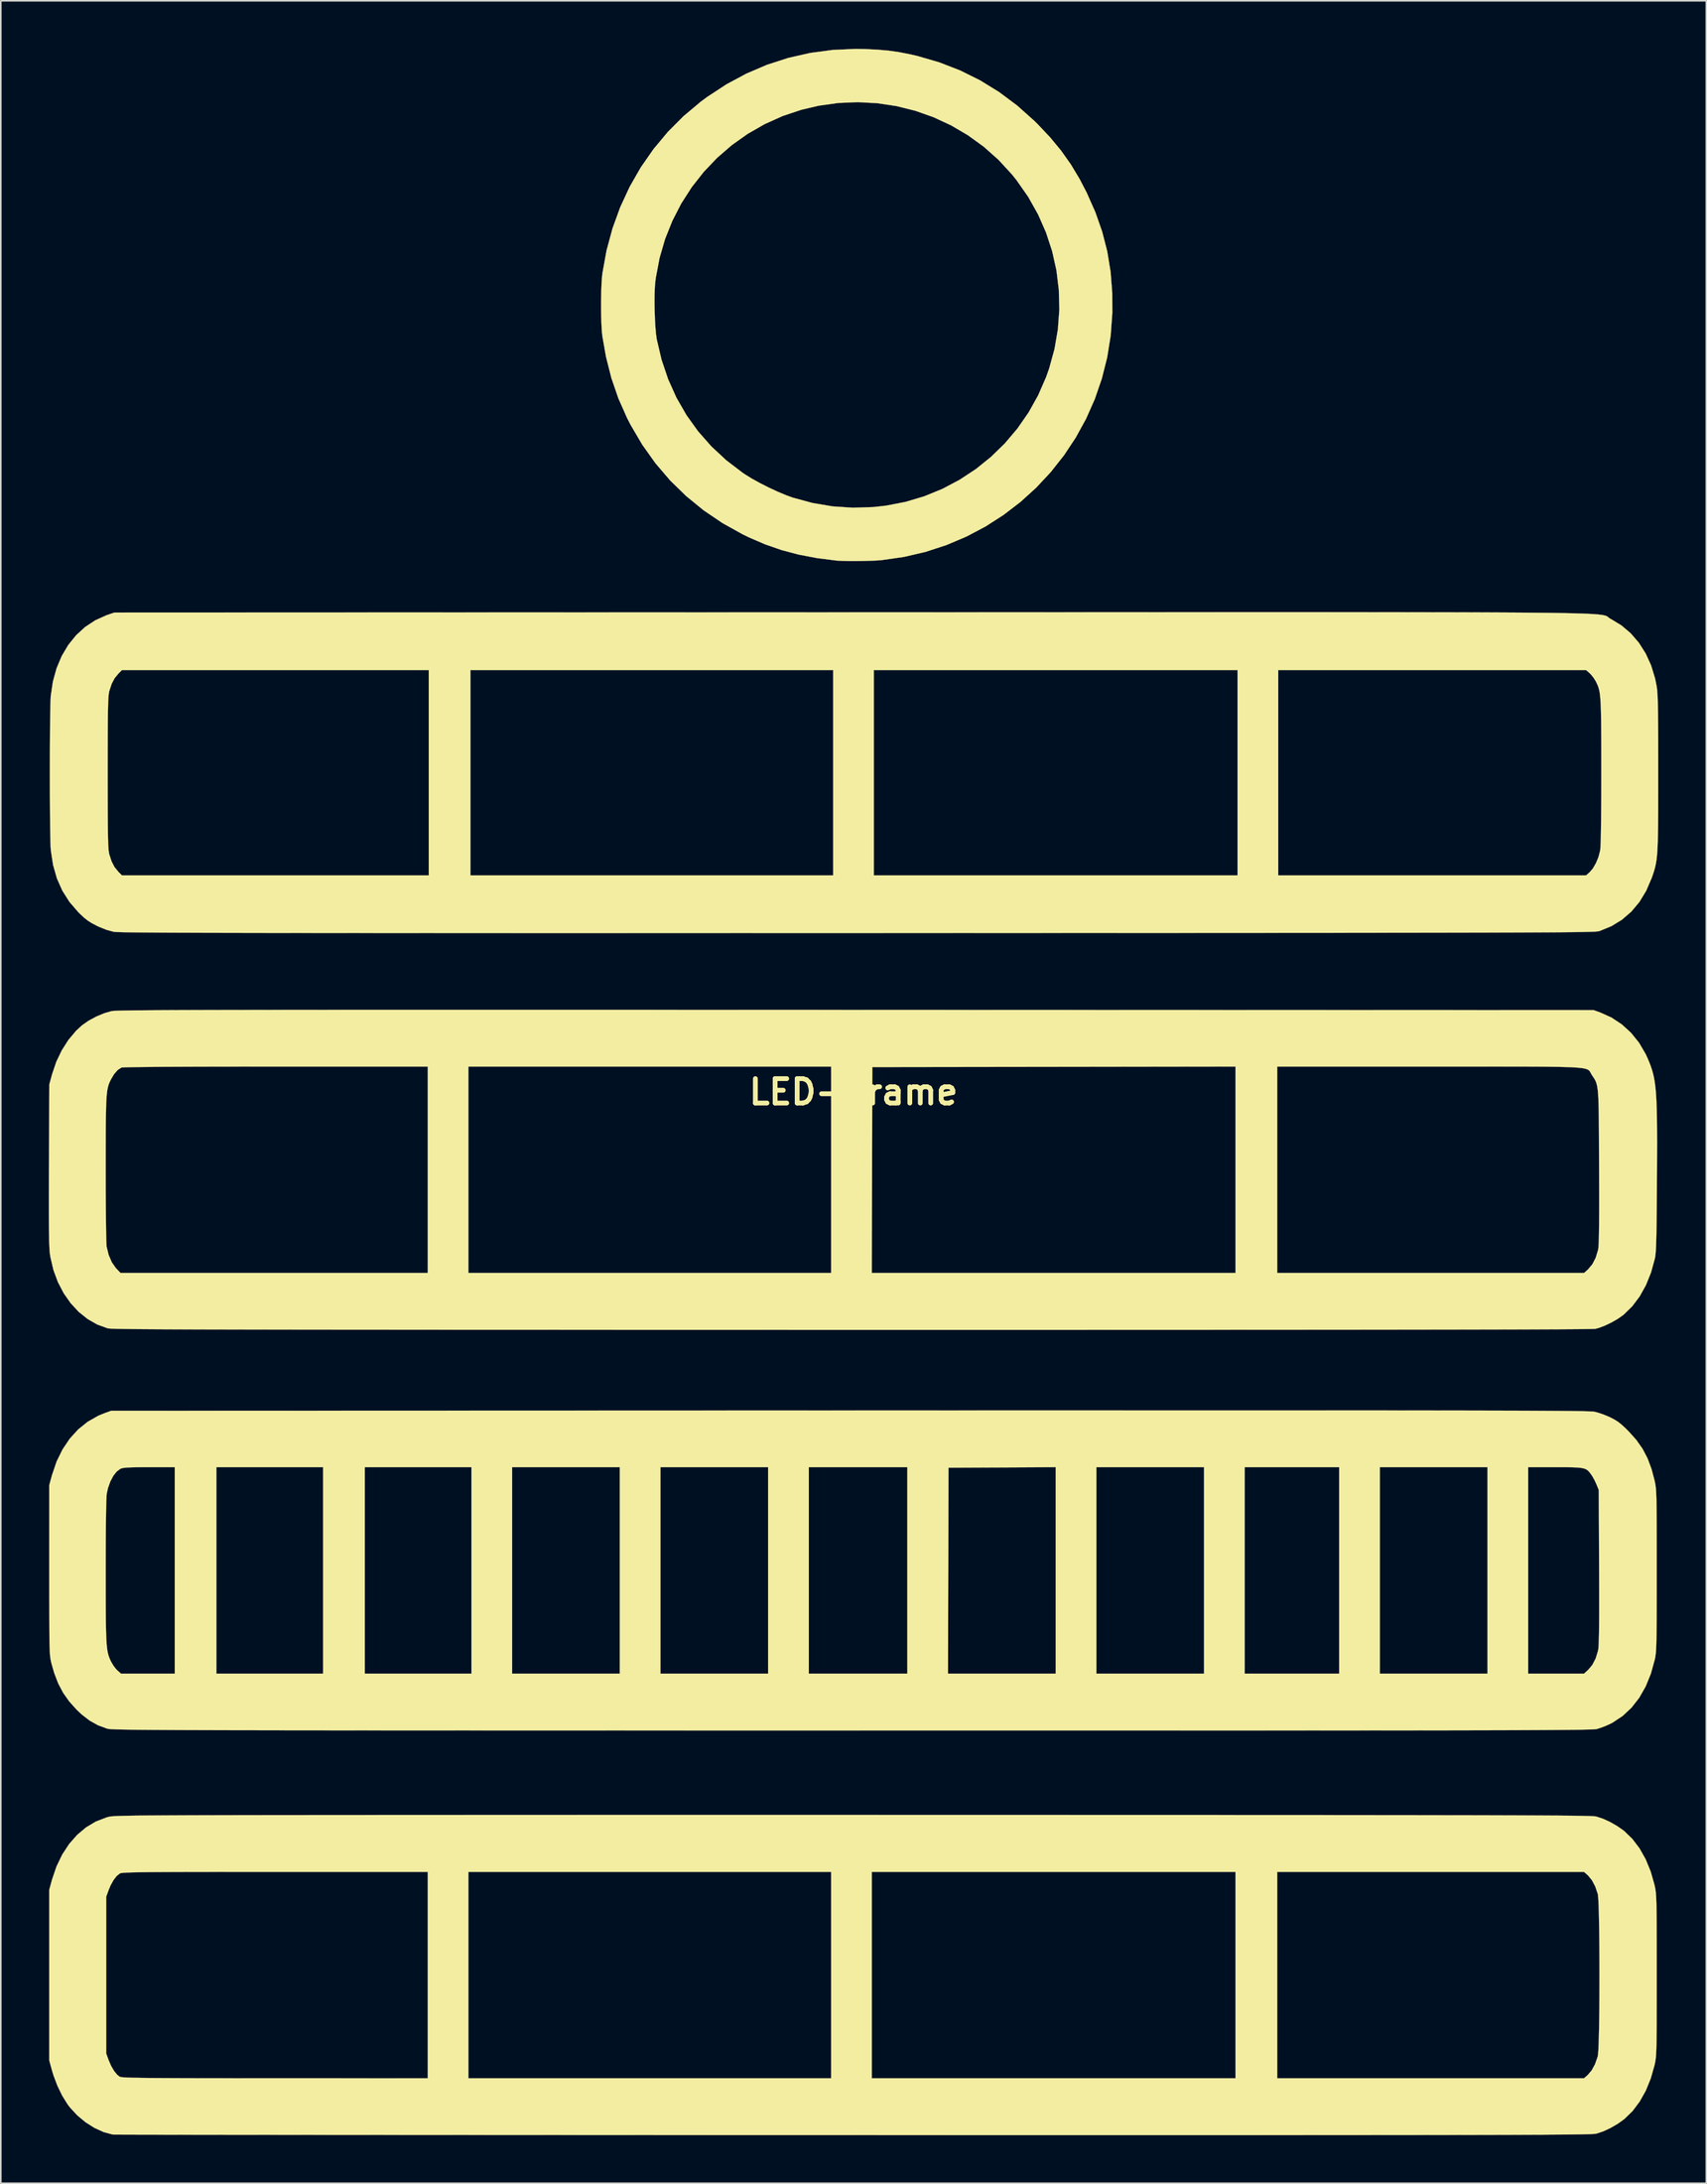
<source format=kicad_pcb>
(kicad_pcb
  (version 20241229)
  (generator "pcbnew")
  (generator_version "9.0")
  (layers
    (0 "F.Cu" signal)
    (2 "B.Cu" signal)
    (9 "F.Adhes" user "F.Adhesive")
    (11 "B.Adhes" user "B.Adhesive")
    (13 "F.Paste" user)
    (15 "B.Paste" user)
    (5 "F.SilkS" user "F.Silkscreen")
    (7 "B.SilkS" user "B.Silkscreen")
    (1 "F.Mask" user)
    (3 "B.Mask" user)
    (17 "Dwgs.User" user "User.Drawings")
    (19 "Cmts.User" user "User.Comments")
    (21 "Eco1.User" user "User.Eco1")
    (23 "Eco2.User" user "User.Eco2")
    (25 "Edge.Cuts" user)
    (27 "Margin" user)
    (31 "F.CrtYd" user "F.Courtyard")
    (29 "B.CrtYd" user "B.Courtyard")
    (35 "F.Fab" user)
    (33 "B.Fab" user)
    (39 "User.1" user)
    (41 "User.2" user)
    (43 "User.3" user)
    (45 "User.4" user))
  (footprint "LED-Frame"
    (layer "F.Cu")
    (at 50.29 65.146)
    (property "Reference" "LED-Frame" (at 0 0 0) (layer "F.SilkS") (effects (font (size 1.524 1.524) (thickness 0.3))))
    (attr through_hole)
    (fp_poly (pts (xy 0.726 -65.131) (xy 1.494 -65.094) (xy 2.182 -65.033) (xy 2.836 -64.941) (xy 3.501 -64.812) (xy 3.993 -64.699) (xy 5.361 -64.302) (xy 6.668 -63.795) (xy 7.915 -63.176) (xy 9.104 -62.444) (xy 10.235 -61.599) (xy 11.308 -60.641) (xy 11.497 -60.455) (xy 12.285 -59.621) (xy 12.973 -58.789) (xy 13.582 -57.93) (xy 14.134 -57.011) (xy 14.573 -56.166) (xy 15.117 -54.94) (xy 15.544 -53.719) (xy 15.86 -52.485) (xy 16.067 -51.221) (xy 16.169 -49.909) (xy 16.174 -48.641) (xy 16.073 -47.242) (xy 15.854 -45.877) (xy 15.52 -44.552) (xy 15.079 -43.272) (xy 14.534 -42.043) (xy 13.89 -40.87) (xy 13.153 -39.759) (xy 12.328 -38.715) (xy 11.42 -37.743) (xy 10.433 -36.848) (xy 9.374 -36.037) (xy 8.246 -35.314) (xy 7.055 -34.685) (xy 5.806 -34.156) (xy 4.504 -33.731) (xy 3.154 -33.416) (xy 1.761 -33.216) (xy 1.751 -33.215) (xy 1.439 -33.192) (xy 1.046 -33.175) (xy 0.604 -33.163) (xy 0.147 -33.158) (xy -0.294 -33.159) (xy -0.685 -33.167) (xy -0.994 -33.182) (xy -1.079 -33.19) (xy -2.298 -33.345) (xy -3.428 -33.561) (xy -4.496 -33.844) (xy -5.527 -34.202) (xy -6.549 -34.644) (xy -6.925 -34.827) (xy -8.186 -35.528) (xy -9.364 -36.325) (xy -10.457 -37.216) (xy -11.463 -38.198) (xy -12.379 -39.269) (xy -13.203 -40.427) (xy -13.933 -41.669) (xy -14.154 -42.1) (xy -14.693 -43.315) (xy -15.13 -44.585) (xy -15.469 -45.922) (xy -15.696 -47.212) (xy -15.728 -47.527) (xy -15.752 -47.939) (xy -15.767 -48.421) (xy -15.774 -48.944) (xy -15.773 -49.291) (xy -12.436 -49.291) (xy -12.427 -48.765) (xy -12.409 -48.244) (xy -12.38 -47.756) (xy -12.342 -47.334) (xy -12.296 -47.007) (xy -12.296 -47.002) (xy -11.995 -45.726) (xy -11.583 -44.509) (xy -11.064 -43.356) (xy -10.439 -42.27) (xy -9.71 -41.255) (xy -8.881 -40.315) (xy -7.953 -39.452) (xy -6.929 -38.672) (xy -6.794 -38.58) (xy -6.367 -38.315) (xy -5.857 -38.033) (xy -5.302 -37.752) (xy -4.741 -37.491) (xy -4.21 -37.269) (xy -3.788 -37.116) (xy -2.556 -36.782) (xy -1.303 -36.572) (xy -0.034 -36.488) (xy 1.244 -36.529) (xy 2.032 -36.617) (xy 3.249 -36.852) (xy 4.426 -37.203) (xy 5.556 -37.665) (xy 6.63 -38.233) (xy 7.644 -38.899) (xy 8.588 -39.658) (xy 9.457 -40.504) (xy 10.244 -41.432) (xy 10.941 -42.436) (xy 11.541 -43.509) (xy 12.038 -44.646) (xy 12.226 -45.177) (xy 12.562 -46.397) (xy 12.774 -47.629) (xy 12.864 -48.864) (xy 12.833 -50.094) (xy 12.683 -51.313) (xy 12.415 -52.51) (xy 12.031 -53.68) (xy 11.532 -54.812) (xy 10.92 -55.9) (xy 10.196 -56.936) (xy 9.897 -57.309) (xy 9.056 -58.22) (xy 8.138 -59.035) (xy 7.151 -59.75) (xy 6.105 -60.364) (xy 5.007 -60.874) (xy 3.866 -61.277) (xy 2.691 -61.57) (xy 1.49 -61.751) (xy 0.272 -61.817) (xy -0.955 -61.766) (xy -2.182 -61.594) (xy -3.252 -61.343) (xy -4.435 -60.947) (xy -5.558 -60.442) (xy -6.618 -59.834) (xy -7.609 -59.131) (xy -8.524 -58.338) (xy -9.358 -57.463) (xy -10.106 -56.512) (xy -10.762 -55.492) (xy -11.32 -54.408) (xy -11.776 -53.269) (xy -12.122 -52.079) (xy -12.355 -50.847) (xy -12.388 -50.585) (xy -12.417 -50.232) (xy -12.432 -49.79) (xy -12.436 -49.291) (xy -15.773 -49.291) (xy -15.773 -49.48) (xy -15.763 -49.999) (xy -15.746 -50.473) (xy -15.719 -50.874) (xy -15.693 -51.117) (xy -15.435 -52.545) (xy -15.062 -53.927) (xy -14.578 -55.258) (xy -13.987 -56.533) (xy -13.292 -57.744) (xy -12.496 -58.888) (xy -11.603 -59.957) (xy -10.617 -60.946) (xy -9.541 -61.848) (xy -9.144 -62.142) (xy -7.939 -62.931) (xy -6.689 -63.601) (xy -5.399 -64.152) (xy -4.069 -64.581) (xy -2.703 -64.89) (xy -1.303 -65.077) (xy 0.13 -65.141) (xy 0.726 -65.131)) (stroke (width 0.01) (type solid)) (fill yes) (layer "F.SilkS"))
    (fp_poly (pts (xy 28.926 -29.966) (xy 30.45 -29.965) (xy 31.886 -29.965) (xy 33.236 -29.964) (xy 34.502 -29.962) (xy 35.687 -29.96) (xy 36.794 -29.958) (xy 37.826 -29.956) (xy 38.786 -29.953) (xy 39.676 -29.949) (xy 40.498 -29.945) (xy 41.256 -29.941) (xy 41.953 -29.936) (xy 42.59 -29.93) (xy 43.171 -29.924) (xy 43.699 -29.918) (xy 44.176 -29.91) (xy 44.605 -29.902) (xy 44.988 -29.894) (xy 45.329 -29.884) (xy 45.63 -29.874) (xy 45.894 -29.863) (xy 46.123 -29.852) (xy 46.32 -29.839) (xy 46.489 -29.826) (xy 46.631 -29.812) (xy 46.75 -29.797) (xy 46.847 -29.781) (xy 46.927 -29.765) (xy 46.991 -29.747) (xy 47.043 -29.728) (xy 47.084 -29.709) (xy 47.118 -29.688) (xy 47.148 -29.667) (xy 47.176 -29.644) (xy 47.205 -29.62) (xy 47.237 -29.595) (xy 47.276 -29.569) (xy 47.324 -29.542) (xy 47.339 -29.534) (xy 47.99 -29.141) (xy 48.573 -28.645) (xy 49.081 -28.057) (xy 49.508 -27.384) (xy 49.849 -26.636) (xy 50.097 -25.821) (xy 50.195 -25.326) (xy 50.214 -25.193) (xy 50.23 -25.033) (xy 50.244 -24.838) (xy 50.256 -24.597) (xy 50.265 -24.302) (xy 50.273 -23.945) (xy 50.279 -23.515) (xy 50.284 -23.003) (xy 50.288 -22.402) (xy 50.29 -21.7) (xy 50.291 -20.891) (xy 50.291 -19.963) (xy 50.291 -19.939) (xy 50.291 -18.981) (xy 50.29 -18.141) (xy 50.288 -17.408) (xy 50.283 -16.773) (xy 50.276 -16.227) (xy 50.266 -15.759) (xy 50.252 -15.361) (xy 50.234 -15.022) (xy 50.211 -14.732) (xy 50.182 -14.483) (xy 50.146 -14.264) (xy 50.104 -14.066) (xy 50.055 -13.88) (xy 49.998 -13.694) (xy 49.932 -13.501) (xy 49.883 -13.364) (xy 49.541 -12.57) (xy 49.117 -11.87) (xy 48.613 -11.268) (xy 48.031 -10.764) (xy 47.373 -10.36) (xy 46.641 -10.059) (xy 46.594 -10.044) (xy 46.567 -10.037) (xy 46.527 -10.031) (xy 46.472 -10.025) (xy 46.399 -10.019) (xy 46.304 -10.013) (xy 46.186 -10.008) (xy 46.042 -10.003) (xy 45.869 -9.998) (xy 45.664 -9.994) (xy 45.424 -9.989) (xy 45.147 -9.985) (xy 44.83 -9.981) (xy 44.471 -9.978) (xy 44.066 -9.974) (xy 43.614 -9.971) (xy 43.11 -9.968) (xy 42.553 -9.965) (xy 41.94 -9.962) (xy 41.267 -9.959) (xy 40.533 -9.957) (xy 39.735 -9.954) (xy 38.87 -9.952) (xy 37.934 -9.95) (xy 36.927 -9.948) (xy 35.844 -9.946) (xy 34.683 -9.945) (xy 33.441 -9.943) (xy 32.116 -9.942) (xy 30.705 -9.94) (xy 29.205 -9.939) (xy 27.613 -9.938) (xy 25.928 -9.937) (xy 24.145 -9.936) (xy 22.262 -9.935) (xy 20.277 -9.934) (xy 18.187 -9.933) (xy 15.989 -9.932) (xy 13.681 -9.932) (xy 11.259 -9.931) (xy 8.721 -9.93) (xy 6.065 -9.929) (xy 3.287 -9.929) (xy 0.384 -9.928) (xy 0.254 -9.928) (xy -2.705 -9.927) (xy -5.54 -9.927) (xy -8.253 -9.926) (xy -10.847 -9.926) (xy -13.323 -9.926) (xy -15.686 -9.925) (xy -17.937 -9.925) (xy -20.078 -9.925) (xy -22.113 -9.926) (xy -24.044 -9.926) (xy -25.874 -9.926) (xy -27.604 -9.927) (xy -29.238 -9.928) (xy -30.779 -9.929) (xy -32.228 -9.93) (xy -33.588 -9.931) (xy -34.862 -9.932) (xy -36.052 -9.933) (xy -37.162 -9.935) (xy -38.192 -9.937) (xy -39.147 -9.939) (xy -40.028 -9.941) (xy -40.839 -9.943) (xy -41.581 -9.946) (xy -42.257 -9.948) (xy -42.87 -9.951) (xy -43.422 -9.954) (xy -43.916 -9.958) (xy -44.355 -9.961) (xy -44.74 -9.965) (xy -45.075 -9.969) (xy -45.362 -9.973) (xy -45.604 -9.977) (xy -45.803 -9.982) (xy -45.961 -9.986) (xy -46.082 -9.991) (xy -46.167 -9.997) (xy -46.22 -10.002) (xy -46.227 -10.003) (xy -46.674 -10.123) (xy -47.173 -10.325) (xy -47.306 -10.389) (xy -47.61 -10.549) (xy -47.857 -10.706) (xy -48.089 -10.889) (xy -48.346 -11.13) (xy -48.45 -11.234) (xy -49 -11.873) (xy -49.443 -12.572) (xy -49.783 -13.338) (xy -50.022 -14.176) (xy -50.162 -15.091) (xy -50.166 -15.137) (xy -50.178 -15.335) (xy -50.188 -15.646) (xy -50.197 -16.057) (xy -50.205 -16.553) (xy -50.211 -17.12) (xy -50.216 -17.746) (xy -50.22 -18.414) (xy -50.222 -19.113) (xy -50.223 -19.828) (xy -50.223 -19.939) (xy -46.609 -19.939) (xy -46.609 -19.035) (xy -46.608 -18.249) (xy -46.606 -17.572) (xy -46.603 -16.995) (xy -46.599 -16.509) (xy -46.594 -16.105) (xy -46.587 -15.773) (xy -46.578 -15.506) (xy -46.567 -15.294) (xy -46.555 -15.128) (xy -46.54 -14.999) (xy -46.522 -14.898) (xy -46.509 -14.84) (xy -46.366 -14.399) (xy -46.185 -14.049) (xy -45.947 -13.757) (xy -45.94 -13.749) (xy -45.716 -13.525) (xy -26.543 -13.525) (xy -26.543 -26.352) (xy -23.939 -26.352) (xy -23.939 -13.525) (xy -1.27 -13.525) (xy -1.27 -26.352) (xy 1.27 -26.352) (xy 1.27 -13.525) (xy 24.003 -13.525) (xy 24.003 -26.352) (xy 26.543 -26.352) (xy 26.543 -13.525) (xy 45.779 -13.525) (xy 46.003 -13.722) (xy 46.209 -13.962) (xy 46.399 -14.291) (xy 46.556 -14.67) (xy 46.659 -15.063) (xy 46.668 -15.114) (xy 46.682 -15.268) (xy 46.695 -15.545) (xy 46.706 -15.938) (xy 46.715 -16.444) (xy 46.723 -17.058) (xy 46.728 -17.773) (xy 46.732 -18.587) (xy 46.734 -19.493) (xy 46.734 -20.003) (xy 46.734 -20.916) (xy 46.733 -21.711) (xy 46.73 -22.398) (xy 46.726 -22.987) (xy 46.719 -23.487) (xy 46.709 -23.906) (xy 46.695 -24.256) (xy 46.677 -24.544) (xy 46.655 -24.782) (xy 46.627 -24.977) (xy 46.593 -25.139) (xy 46.553 -25.279) (xy 46.505 -25.405) (xy 46.45 -25.527) (xy 46.396 -25.636) (xy 46.257 -25.862) (xy 46.086 -26.074) (xy 46.008 -26.152) (xy 45.779 -26.352) (xy 26.543 -26.352) (xy 24.003 -26.352) (xy 1.27 -26.352) (xy -1.27 -26.352) (xy -23.939 -26.352) (xy -26.543 -26.352) (xy -45.716 -26.352) (xy -45.94 -26.129) (xy -46.179 -25.837) (xy -46.362 -25.489) (xy -46.506 -25.051) (xy -46.509 -25.038) (xy -46.528 -24.951) (xy -46.545 -24.842) (xy -46.559 -24.702) (xy -46.571 -24.522) (xy -46.581 -24.294) (xy -46.589 -24.008) (xy -46.596 -23.654) (xy -46.601 -23.226) (xy -46.604 -22.712) (xy -46.607 -22.104) (xy -46.608 -21.394) (xy -46.609 -20.572) (xy -46.609 -19.939) (xy -50.223 -19.939) (xy -50.222 -20.545) (xy -50.221 -21.25) (xy -50.217 -21.93) (xy -50.213 -22.57) (xy -50.207 -23.157) (xy -50.2 -23.676) (xy -50.191 -24.115) (xy -50.181 -24.458) (xy -50.17 -24.693) (xy -50.166 -24.741) (xy -50.034 -25.631) (xy -49.804 -26.461) (xy -49.484 -27.224) (xy -49.077 -27.912) (xy -48.589 -28.518) (xy -48.026 -29.035) (xy -47.391 -29.455) (xy -46.691 -29.771) (xy -46.616 -29.797) (xy -46.196 -29.94) (xy -0.222 -29.957) (xy 2.706 -29.958) (xy 5.509 -29.959) (xy 8.191 -29.96) (xy 10.755 -29.961) (xy 13.202 -29.962) (xy 15.536 -29.963) (xy 17.759 -29.964) (xy 19.874 -29.965) (xy 21.884 -29.965) (xy 23.791 -29.966) (xy 25.599 -29.966) (xy 27.31 -29.966) (xy 28.926 -29.966)) (stroke (width 0.01) (type solid)) (fill yes) (layer "F.SilkS"))
    (fp_poly (pts (xy -21.757 -5.133) (xy -19.74 -5.133) (xy -17.617 -5.133) (xy -15.386 -5.133) (xy -13.044 -5.132) (xy -10.588 -5.131) (xy -8.015 -5.131) (xy -5.323 -5.13) (xy -2.51 -5.129) (xy 0.172 -5.128) (xy 46.26 -5.112) (xy 46.672 -4.964) (xy 47.375 -4.646) (xy 48.019 -4.22) (xy 48.593 -3.695) (xy 49.09 -3.08) (xy 49.5 -2.382) (xy 49.625 -2.112) (xy 49.73 -1.862) (xy 49.823 -1.622) (xy 49.903 -1.383) (xy 49.973 -1.134) (xy 50.032 -0.868) (xy 50.081 -0.573) (xy 50.122 -0.241) (xy 50.154 0.138) (xy 50.179 0.572) (xy 50.198 1.072) (xy 50.21 1.647) (xy 50.217 2.306) (xy 50.22 3.059) (xy 50.218 3.915) (xy 50.214 4.883) (xy 50.21 5.461) (xy 50.205 6.346) (xy 50.199 7.114) (xy 50.192 7.774) (xy 50.186 8.335) (xy 50.178 8.807) (xy 50.169 9.199) (xy 50.159 9.52) (xy 50.148 9.78) (xy 50.135 9.989) (xy 50.119 10.156) (xy 50.102 10.29) (xy 50.082 10.4) (xy 50.079 10.412) (xy 49.842 11.271) (xy 49.525 12.059) (xy 49.132 12.765) (xy 48.67 13.38) (xy 48.145 13.893) (xy 48.084 13.942) (xy 47.761 14.168) (xy 47.379 14.387) (xy 46.979 14.58) (xy 46.603 14.725) (xy 46.368 14.79) (xy 46.303 14.795) (xy 46.154 14.799) (xy 45.919 14.803) (xy 45.598 14.808) (xy 45.189 14.812) (xy 44.689 14.815) (xy 44.099 14.819) (xy 43.416 14.822) (xy 42.639 14.826) (xy 41.766 14.829) (xy 40.796 14.832) (xy 39.728 14.834) (xy 38.56 14.837) (xy 37.291 14.839) (xy 35.919 14.841) (xy 34.442 14.843) (xy 32.86 14.845) (xy 31.171 14.847) (xy 29.373 14.848) (xy 27.465 14.85) (xy 25.446 14.851) (xy 23.313 14.852) (xy 21.066 14.853) (xy 18.704 14.854) (xy 16.224 14.854) (xy 13.625 14.855) (xy 10.906 14.855) (xy 8.065 14.855) (xy 5.101 14.855) (xy 2.013 14.855) (xy -0.114 14.855) (xy -3.052 14.855) (xy -5.866 14.854) (xy -8.558 14.854) (xy -11.13 14.853) (xy -13.587 14.853) (xy -15.929 14.852) (xy -18.16 14.852) (xy -20.283 14.851) (xy -22.299 14.85) (xy -24.213 14.85) (xy -26.025 14.849) (xy -27.74 14.848) (xy -29.359 14.846) (xy -30.885 14.845) (xy -32.321 14.844) (xy -33.67 14.842) (xy -34.933 14.841) (xy -36.115 14.839) (xy -37.216 14.837) (xy -38.241 14.835) (xy -39.191 14.833) (xy -40.07 14.831) (xy -40.879 14.829) (xy -41.622 14.826) (xy -42.301 14.823) (xy -42.918 14.82) (xy -43.477 14.817) (xy -43.98 14.814) (xy -44.43 14.811) (xy -44.829 14.807) (xy -45.18 14.803) (xy -45.485 14.799) (xy -45.748 14.795) (xy -45.97 14.791) (xy -46.155 14.786) (xy -46.305 14.781) (xy -46.422 14.776) (xy -46.51 14.771) (xy -46.57 14.765) (xy -46.607 14.759) (xy -46.609 14.758) (xy -47.26 14.523) (xy -47.868 14.175) (xy -48.427 13.725) (xy -48.927 13.184) (xy -49.361 12.563) (xy -49.721 11.87) (xy -50 11.118) (xy -50.188 10.315) (xy -50.226 10.065) (xy -50.241 9.905) (xy -50.254 9.671) (xy -50.265 9.357) (xy -50.273 8.958) (xy -50.28 8.466) (xy -50.284 7.878) (xy -50.285 7.185) (xy -50.285 6.383) (xy -50.283 5.466) (xy -50.281 4.826) (xy -46.735 4.826) (xy -46.734 5.579) (xy -46.732 6.301) (xy -46.728 6.983) (xy -46.723 7.613) (xy -46.717 8.179) (xy -46.71 8.67) (xy -46.702 9.075) (xy -46.693 9.384) (xy -46.684 9.584) (xy -46.678 9.652) (xy -46.55 10.173) (xy -46.357 10.626) (xy -46.107 10.987) (xy -46.073 11.023) (xy -45.805 11.303) (xy -26.607 11.303) (xy -26.607 -1.587) (xy -24.067 -1.587) (xy -24.067 11.303) (xy -1.397 11.303) (xy 1.142 11.303) (xy 23.876 11.303) (xy 23.876 -1.587) (xy 26.48 -1.587) (xy 26.48 11.303) (xy 45.656 11.303) (xy 45.908 11.075) (xy 46.173 10.761) (xy 46.384 10.353) (xy 46.529 9.879) (xy 46.543 9.811) (xy 46.558 9.684) (xy 46.571 9.473) (xy 46.581 9.171) (xy 46.589 8.775) (xy 46.595 8.279) (xy 46.599 7.678) (xy 46.601 6.967) (xy 46.6 6.142) (xy 46.598 5.197) (xy 46.596 4.667) (xy 46.592 3.747) (xy 46.589 2.944) (xy 46.585 2.249) (xy 46.58 1.655) (xy 46.572 1.151) (xy 46.562 0.728) (xy 46.549 0.377) (xy 46.532 0.089) (xy 46.509 -0.145) (xy 46.481 -0.334) (xy 46.447 -0.487) (xy 46.406 -0.615) (xy 46.358 -0.725) (xy 46.301 -0.826) (xy 46.234 -0.929) (xy 46.158 -1.042) (xy 46.148 -1.057) (xy 46.105 -1.128) (xy 46.071 -1.192) (xy 46.039 -1.25) (xy 46.005 -1.302) (xy 45.961 -1.349) (xy 45.902 -1.39) (xy 45.822 -1.426) (xy 45.715 -1.458) (xy 45.574 -1.485) (xy 45.394 -1.508) (xy 45.168 -1.528) (xy 44.892 -1.544) (xy 44.557 -1.557) (xy 44.16 -1.567) (xy 43.693 -1.575) (xy 43.15 -1.581) (xy 42.527 -1.585) (xy 41.815 -1.587) (xy 41.01 -1.588) (xy 40.106 -1.589) (xy 39.096 -1.588) (xy 37.974 -1.588) (xy 36.735 -1.587) (xy 35.989 -1.587) (xy 26.48 -1.587) (xy 23.876 -1.587) (xy 23.876 -1.588) (xy 1.175 -1.556) (xy 1.159 4.874) (xy 1.142 11.303) (xy -1.397 11.303) (xy -1.397 -1.587) (xy -24.067 -1.587) (xy -26.607 -1.587) (xy -36.096 -1.587) (xy -37.504 -1.587) (xy -38.809 -1.586) (xy -40.009 -1.584) (xy -41.101 -1.581) (xy -42.083 -1.577) (xy -42.953 -1.573) (xy -43.71 -1.567) (xy -44.351 -1.561) (xy -44.874 -1.555) (xy -45.278 -1.547) (xy -45.559 -1.539) (xy -45.717 -1.53) (xy -45.75 -1.525) (xy -45.981 -1.377) (xy -46.208 -1.119) (xy -46.398 -0.802) (xy -46.46 -0.677) (xy -46.514 -0.556) (xy -46.56 -0.43) (xy -46.599 -0.288) (xy -46.632 -0.121) (xy -46.659 0.08) (xy -46.681 0.324) (xy -46.698 0.621) (xy -46.711 0.981) (xy -46.72 1.412) (xy -46.727 1.925) (xy -46.731 2.528) (xy -46.733 3.232) (xy -46.734 4.045) (xy -46.735 4.826) (xy -50.281 4.826) (xy -50.279 4.508) (xy -50.257 -0.476) (xy -50.084 -1.111) (xy -49.824 -1.88) (xy -49.479 -2.601) (xy -49.062 -3.255) (xy -48.584 -3.823) (xy -48.217 -4.162) (xy -47.803 -4.452) (xy -47.319 -4.713) (xy -46.814 -4.923) (xy -46.373 -5.049) (xy -46.334 -5.055) (xy -46.275 -5.061) (xy -46.193 -5.066) (xy -46.084 -5.071) (xy -45.948 -5.076) (xy -45.78 -5.081) (xy -45.578 -5.086) (xy -45.34 -5.09) (xy -45.063 -5.094) (xy -44.744 -5.098) (xy -44.381 -5.101) (xy -43.971 -5.105) (xy -43.511 -5.108) (xy -42.998 -5.111) (xy -42.43 -5.114) (xy -41.805 -5.116) (xy -41.119 -5.119) (xy -40.37 -5.121) (xy -39.555 -5.123) (xy -38.671 -5.125) (xy -37.717 -5.126) (xy -36.688 -5.128) (xy -35.583 -5.129) (xy -34.399 -5.13) (xy -33.133 -5.131) (xy -31.783 -5.132) (xy -30.345 -5.132) (xy -28.818 -5.133) (xy -27.198 -5.133) (xy -25.483 -5.133) (xy -23.67 -5.133) (xy -21.757 -5.133)) (stroke (width 0.01) (type solid)) (fill yes) (layer "F.SilkS"))
    (fp_poly (pts (xy -6.267 45.149) (xy -3.517 45.149) (xy -0.644 45.149) (xy -0.037 45.149) (xy 2.888 45.15) (xy 5.689 45.15) (xy 8.369 45.15) (xy 10.929 45.15) (xy 13.374 45.15) (xy 15.704 45.151) (xy 17.924 45.151) (xy 20.035 45.152) (xy 22.041 45.152) (xy 23.943 45.153) (xy 25.746 45.154) (xy 27.451 45.154) (xy 29.06 45.155) (xy 30.578 45.156) (xy 32.006 45.158) (xy 33.346 45.159) (xy 34.603 45.16) (xy 35.778 45.162) (xy 36.874 45.164) (xy 37.894 45.165) (xy 38.84 45.167) (xy 39.715 45.169) (xy 40.522 45.172) (xy 41.263 45.174) (xy 41.941 45.177) (xy 42.559 45.18) (xy 43.12 45.183) (xy 43.625 45.186) (xy 44.079 45.189) (xy 44.482 45.193) (xy 44.839 45.196) (xy 45.152 45.2) (xy 45.422 45.205) (xy 45.654 45.209) (xy 45.85 45.214) (xy 46.012 45.218) (xy 46.144 45.224) (xy 46.247 45.229) (xy 46.324 45.234) (xy 46.379 45.24) (xy 46.411 45.246) (xy 46.821 45.378) (xy 47.272 45.583) (xy 47.722 45.84) (xy 48.129 46.125) (xy 48.166 46.155) (xy 48.672 46.642) (xy 49.122 47.234) (xy 49.507 47.918) (xy 49.821 48.681) (xy 50.057 49.511) (xy 50.062 49.53) (xy 50.086 49.643) (xy 50.108 49.754) (xy 50.126 49.872) (xy 50.142 50.005) (xy 50.155 50.164) (xy 50.166 50.357) (xy 50.175 50.594) (xy 50.182 50.885) (xy 50.187 51.237) (xy 50.191 51.661) (xy 50.194 52.166) (xy 50.195 52.762) (xy 50.196 53.456) (xy 50.197 54.26) (xy 50.197 55.15) (xy 50.197 56.067) (xy 50.196 56.867) (xy 50.195 57.559) (xy 50.194 58.151) (xy 50.191 58.653) (xy 50.187 59.075) (xy 50.182 59.425) (xy 50.175 59.714) (xy 50.166 59.949) (xy 50.155 60.141) (xy 50.142 60.299) (xy 50.126 60.432) (xy 50.107 60.549) (xy 50.086 60.66) (xy 50.062 60.77) (xy 49.827 61.601) (xy 49.515 62.366) (xy 49.131 63.051) (xy 48.683 63.645) (xy 48.178 64.135) (xy 48.166 64.145) (xy 47.766 64.432) (xy 47.318 64.692) (xy 46.866 64.903) (xy 46.45 65.044) (xy 46.411 65.054) (xy 46.376 65.06) (xy 46.32 65.065) (xy 46.241 65.071) (xy 46.136 65.076) (xy 46.003 65.081) (xy 45.84 65.086) (xy 45.642 65.091) (xy 45.408 65.095) (xy 45.135 65.099) (xy 44.821 65.103) (xy 44.462 65.107) (xy 44.056 65.11) (xy 43.6 65.113) (xy 43.092 65.117) (xy 42.529 65.119) (xy 41.909 65.122) (xy 41.228 65.125) (xy 40.484 65.127) (xy 39.674 65.129) (xy 38.796 65.131) (xy 37.847 65.133) (xy 36.824 65.134) (xy 35.725 65.136) (xy 34.546 65.137) (xy 33.286 65.138) (xy 31.942 65.139) (xy 30.511 65.14) (xy 28.989 65.141) (xy 27.376 65.142) (xy 25.667 65.142) (xy 23.861 65.143) (xy 21.954 65.143) (xy 19.945 65.143) (xy 17.829 65.143) (xy 15.605 65.143) (xy 13.27 65.143) (xy 10.821 65.143) (xy 8.256 65.143) (xy 5.572 65.142) (xy 2.766 65.142) (xy -0.064 65.141) (xy -2.479 65.141) (xy -4.863 65.14) (xy -7.214 65.14) (xy -9.527 65.139) (xy -11.799 65.139) (xy -14.028 65.138) (xy -16.21 65.137) (xy -18.342 65.136) (xy -20.421 65.135) (xy -22.443 65.134) (xy -24.406 65.133) (xy -26.306 65.132) (xy -28.141 65.131) (xy -29.906 65.13) (xy -31.599 65.129) (xy -33.217 65.128) (xy -34.756 65.127) (xy -36.214 65.125) (xy -37.587 65.124) (xy -38.871 65.123) (xy -40.065 65.121) (xy -41.164 65.12) (xy -42.165 65.119) (xy -43.066 65.117) (xy -43.863 65.116) (xy -44.552 65.115) (xy -45.132 65.113) (xy -45.598 65.112) (xy -45.947 65.11) (xy -46.177 65.109) (xy -46.284 65.108) (xy -46.291 65.107) (xy -46.859 64.955) (xy -47.434 64.694) (xy -47.992 64.341) (xy -48.509 63.911) (xy -48.965 63.419) (xy -49.118 63.217) (xy -49.449 62.684) (xy -49.748 62.07) (xy -49.995 61.419) (xy -50.086 61.119) (xy -50.26 60.484) (xy -50.26 50.26) (xy -46.704 50.26) (xy -46.704 60.039) (xy -46.557 60.447) (xy -46.398 60.817) (xy -46.212 61.135) (xy -46.016 61.376) (xy -45.86 61.497) (xy -45.824 61.509) (xy -45.762 61.521) (xy -45.667 61.531) (xy -45.533 61.541) (xy -45.355 61.549) (xy -45.128 61.557) (xy -44.844 61.563) (xy -44.499 61.569) (xy -44.086 61.574) (xy -43.6 61.578) (xy -43.034 61.581) (xy -42.384 61.584) (xy -41.642 61.587) (xy -40.804 61.589) (xy -39.862 61.59) (xy -38.813 61.591) (xy -37.649 61.592) (xy -36.365 61.592) (xy -36.147 61.592) (xy -26.607 61.595) (xy -26.607 48.705) (xy -24.067 48.705) (xy -24.067 61.595) (xy -1.397 61.595) (xy -1.397 48.705) (xy 1.143 48.705) (xy 1.143 61.595) (xy 23.876 61.595) (xy 23.876 48.705) (xy 26.48 48.705) (xy 26.48 61.595) (xy 45.652 61.595) (xy 45.881 61.394) (xy 46.129 61.106) (xy 46.341 60.718) (xy 46.504 60.255) (xy 46.514 60.217) (xy 46.534 60.075) (xy 46.552 59.818) (xy 46.568 59.46) (xy 46.582 59.012) (xy 46.594 58.489) (xy 46.603 57.901) (xy 46.611 57.263) (xy 46.616 56.586) (xy 46.619 55.884) (xy 46.62 55.168) (xy 46.619 54.453) (xy 46.616 53.749) (xy 46.611 53.071) (xy 46.604 52.43) (xy 46.594 51.84) (xy 46.583 51.312) (xy 46.569 50.861) (xy 46.553 50.497) (xy 46.535 50.235) (xy 46.515 50.086) (xy 46.514 50.082) (xy 46.355 49.614) (xy 46.146 49.22) (xy 45.901 48.923) (xy 45.881 48.905) (xy 45.652 48.705) (xy 26.48 48.705) (xy 23.876 48.705) (xy 1.143 48.705) (xy -1.397 48.705) (xy -24.067 48.705) (xy -26.607 48.705) (xy -36.135 48.705) (xy -37.435 48.705) (xy -38.615 48.705) (xy -39.679 48.706) (xy -40.634 48.707) (xy -41.486 48.708) (xy -42.24 48.71) (xy -42.902 48.713) (xy -43.479 48.716) (xy -43.976 48.72) (xy -44.4 48.725) (xy -44.755 48.73) (xy -45.048 48.736) (xy -45.285 48.743) (xy -45.472 48.752) (xy -45.615 48.761) (xy -45.719 48.771) (xy -45.791 48.782) (xy -45.836 48.795) (xy -45.847 48.8) (xy -46.047 48.959) (xy -46.248 49.219) (xy -46.434 49.557) (xy -46.557 49.853) (xy -46.704 50.26) (xy -50.26 50.26) (xy -50.26 49.816) (xy -50.086 49.181) (xy -49.808 48.363) (xy -49.45 47.621) (xy -49.018 46.962) (xy -48.519 46.394) (xy -47.958 45.923) (xy -47.342 45.557) (xy -46.678 45.303) (xy -46.57 45.274) (xy -46.538 45.266) (xy -46.504 45.258) (xy -46.464 45.251) (xy -46.416 45.244) (xy -46.357 45.238) (xy -46.285 45.231) (xy -46.196 45.225) (xy -46.089 45.22) (xy -45.959 45.214) (xy -45.805 45.209) (xy -45.623 45.204) (xy -45.411 45.2) (xy -45.167 45.196) (xy -44.886 45.191) (xy -44.568 45.188) (xy -44.208 45.184) (xy -43.804 45.181) (xy -43.354 45.178) (xy -42.854 45.175) (xy -42.303 45.172) (xy -41.696 45.169) (xy -41.032 45.167) (xy -40.307 45.165) (xy -39.519 45.163) (xy -38.666 45.161) (xy -37.743 45.16) (xy -36.75 45.158) (xy -35.682 45.157) (xy -34.537 45.156) (xy -33.313 45.154) (xy -32.006 45.154) (xy -30.614 45.153) (xy -29.134 45.152) (xy -27.564 45.151) (xy -25.9 45.151) (xy -24.14 45.15) (xy -22.281 45.15) (xy -20.32 45.15) (xy -18.255 45.15) (xy -16.083 45.149) (xy -13.8 45.149) (xy -11.405 45.149) (xy -8.895 45.149) (xy -6.267 45.149)) (stroke (width 0.01) (type solid)) (fill yes) (layer "F.SilkS"))
    (fp_poly (pts (xy 25.578 19.886) (xy 27.288 19.886) (xy 28.903 19.886) (xy 30.425 19.887) (xy 31.858 19.888) (xy 33.203 19.888) (xy 34.464 19.889) (xy 35.644 19.89) (xy 36.744 19.892) (xy 37.768 19.893) (xy 38.718 19.895) (xy 39.597 19.897) (xy 40.407 19.899) (xy 41.152 19.901) (xy 41.833 19.903) (xy 42.454 19.906) (xy 43.017 19.909) (xy 43.525 19.912) (xy 43.981 19.915) (xy 44.386 19.918) (xy 44.745 19.922) (xy 45.059 19.926) (xy 45.331 19.93) (xy 45.564 19.934) (xy 45.76 19.939) (xy 45.922 19.944) (xy 46.054 19.949) (xy 46.156 19.954) (xy 46.233 19.959) (xy 46.286 19.965) (xy 46.31 19.969) (xy 46.587 20.044) (xy 46.915 20.159) (xy 47.233 20.292) (xy 47.307 20.327) (xy 47.563 20.461) (xy 47.781 20.599) (xy 47.995 20.767) (xy 48.236 20.988) (xy 48.45 21.202) (xy 48.928 21.735) (xy 49.314 22.285) (xy 49.624 22.878) (xy 49.872 23.541) (xy 50.062 24.257) (xy 50.086 24.37) (xy 50.108 24.481) (xy 50.126 24.599) (xy 50.142 24.732) (xy 50.155 24.891) (xy 50.166 25.084) (xy 50.175 25.321) (xy 50.182 25.612) (xy 50.187 25.964) (xy 50.191 26.388) (xy 50.194 26.893) (xy 50.195 27.489) (xy 50.196 28.183) (xy 50.197 28.987) (xy 50.197 29.877) (xy 50.197 30.8) (xy 50.196 31.605) (xy 50.195 32.302) (xy 50.193 32.9) (xy 50.189 33.407) (xy 50.185 33.832) (xy 50.179 34.186) (xy 50.172 34.477) (xy 50.163 34.714) (xy 50.151 34.907) (xy 50.138 35.065) (xy 50.122 35.196) (xy 50.104 35.311) (xy 50.083 35.417) (xy 50.079 35.433) (xy 49.835 36.318) (xy 49.51 37.118) (xy 49.106 37.828) (xy 48.627 38.443) (xy 48.076 38.96) (xy 47.455 39.373) (xy 47.276 39.467) (xy 46.996 39.592) (xy 46.696 39.706) (xy 46.453 39.782) (xy 46.419 39.788) (xy 46.366 39.794) (xy 46.29 39.799) (xy 46.189 39.805) (xy 46.061 39.81) (xy 45.902 39.815) (xy 45.71 39.819) (xy 45.482 39.824) (xy 45.215 39.828) (xy 44.908 39.832) (xy 44.556 39.835) (xy 44.159 39.839) (xy 43.712 39.842) (xy 43.213 39.845) (xy 42.66 39.848) (xy 42.049 39.851) (xy 41.379 39.854) (xy 40.646 39.856) (xy 39.849 39.858) (xy 38.983 39.86) (xy 38.047 39.862) (xy 37.038 39.864) (xy 35.952 39.865) (xy 34.789 39.867) (xy 33.544 39.868) (xy 32.215 39.869) (xy 30.8 39.87) (xy 29.296 39.871) (xy 27.7 39.872) (xy 26.009 39.872) (xy 24.221 39.873) (xy 22.334 39.873) (xy 20.344 39.874) (xy 18.248 39.874) (xy 16.045 39.874) (xy 13.731 39.874) (xy 11.304 39.874) (xy 8.761 39.874) (xy 6.1 39.874) (xy 3.317 39.874) (xy 0.411 39.874) (xy -0.093 39.873) (xy -3.001 39.873) (xy -5.786 39.873) (xy -8.449 39.873) (xy -10.993 39.872) (xy -13.42 39.872) (xy -15.735 39.871) (xy -17.939 39.871) (xy -20.035 39.87) (xy -22.026 39.87) (xy -23.914 39.869) (xy -25.703 39.868) (xy -27.395 39.868) (xy -28.992 39.867) (xy -30.498 39.866) (xy -31.915 39.865) (xy -33.246 39.863) (xy -34.494 39.862) (xy -35.661 39.861) (xy -36.75 39.859) (xy -37.764 39.857) (xy -38.705 39.856) (xy -39.577 39.854) (xy -40.382 39.851) (xy -41.122 39.849) (xy -41.801 39.847) (xy -42.422 39.844) (xy -42.986 39.841) (xy -43.497 39.838) (xy -43.957 39.835) (xy -44.369 39.832) (xy -44.736 39.828) (xy -45.061 39.824) (xy -45.346 39.82) (xy -45.594 39.816) (xy -45.808 39.811) (xy -45.99 39.807) (xy -46.144 39.802) (xy -46.271 39.796) (xy -46.375 39.791) (xy -46.459 39.785) (xy -46.524 39.779) (xy -46.575 39.773) (xy -46.613 39.766) (xy -46.641 39.759) (xy -47.21 39.55) (xy -47.734 39.259) (xy -48.239 38.869) (xy -48.546 38.58) (xy -49.013 38.06) (xy -49.393 37.522) (xy -49.702 36.936) (xy -49.955 36.275) (xy -50.117 35.708) (xy -50.143 35.607) (xy -50.165 35.51) (xy -50.184 35.408) (xy -50.201 35.293) (xy -50.214 35.156) (xy -50.226 34.988) (xy -50.235 34.779) (xy -50.243 34.521) (xy -50.249 34.206) (xy -50.253 33.824) (xy -50.256 33.366) (xy -50.258 32.824) (xy -50.259 32.188) (xy -50.26 31.451) (xy -50.26 30.602) (xy -50.26 29.94) (xy -46.734 29.94) (xy -46.734 30.852) (xy -46.733 31.645) (xy -46.73 32.331) (xy -46.726 32.919) (xy -46.719 33.418) (xy -46.708 33.837) (xy -46.694 34.187) (xy -46.675 34.477) (xy -46.652 34.716) (xy -46.623 34.914) (xy -46.588 35.081) (xy -46.546 35.225) (xy -46.497 35.358) (xy -46.44 35.487) (xy -46.384 35.602) (xy -46.25 35.829) (xy -46.087 36.04) (xy -46.001 36.127) (xy -45.779 36.322) (xy -42.418 36.322) (xy -42.418 23.431) (xy -39.815 23.431) (xy -39.815 36.322) (xy -33.147 36.322) (xy -33.147 23.431) (xy -30.544 23.431) (xy -30.544 36.322) (xy -23.876 36.322) (xy -23.876 23.431) (xy -21.336 23.431) (xy -21.336 36.322) (xy -14.605 36.322) (xy -14.605 23.431) (xy -12.065 23.431) (xy -12.065 36.322) (xy -5.334 36.322) (xy -5.334 23.431) (xy -2.794 23.431) (xy -2.794 36.322) (xy 3.365 36.322) (xy 5.905 36.322) (xy 12.636 36.322) (xy 12.636 23.431) (xy 15.177 23.431) (xy 15.177 36.322) (xy 21.907 36.322) (xy 21.907 23.431) (xy 24.448 23.431) (xy 24.448 36.322) (xy 30.353 36.322) (xy 30.353 23.431) (xy 32.893 23.431) (xy 32.893 36.322) (xy 39.624 36.322) (xy 39.624 23.431) (xy 42.164 23.431) (xy 42.164 36.322) (xy 45.656 36.322) (xy 45.908 36.094) (xy 46.173 35.78) (xy 46.384 35.372) (xy 46.529 34.897) (xy 46.543 34.83) (xy 46.558 34.704) (xy 46.571 34.495) (xy 46.581 34.197) (xy 46.59 33.804) (xy 46.596 33.313) (xy 46.6 32.718) (xy 46.601 32.014) (xy 46.601 31.196) (xy 46.599 30.259) (xy 46.597 29.654) (xy 46.577 24.86) (xy 46.432 24.502) (xy 46.316 24.251) (xy 46.178 24.003) (xy 46.1 23.885) (xy 46.004 23.756) (xy 45.912 23.655) (xy 45.809 23.577) (xy 45.679 23.52) (xy 45.506 23.48) (xy 45.275 23.454) (xy 44.97 23.44) (xy 44.575 23.433) (xy 44.075 23.432) (xy 43.85 23.431) (xy 42.164 23.431) (xy 39.624 23.431) (xy 32.893 23.431) (xy 30.353 23.431) (xy 24.448 23.431) (xy 21.907 23.431) (xy 15.177 23.431) (xy 12.636 23.431) (xy 12.636 23.43) (xy 9.287 23.447) (xy 5.937 23.463) (xy 5.921 29.893) (xy 5.905 36.322) (xy 3.365 36.322) (xy 3.365 23.431) (xy -2.794 23.431) (xy -5.334 23.431) (xy -12.065 23.431) (xy -14.605 23.431) (xy -21.336 23.431) (xy -23.876 23.431) (xy -30.544 23.431) (xy -33.147 23.431) (xy -39.815 23.431) (xy -42.418 23.431) (xy -44.012 23.431) (xy -44.524 23.433) (xy -44.926 23.437) (xy -45.232 23.445) (xy -45.46 23.458) (xy -45.623 23.477) (xy -45.739 23.502) (xy -45.816 23.531) (xy -46.047 23.702) (xy -46.262 23.976) (xy -46.448 24.33) (xy -46.593 24.739) (xy -46.668 25.083) (xy -46.682 25.238) (xy -46.695 25.515) (xy -46.706 25.91) (xy -46.715 26.417) (xy -46.723 27.032) (xy -46.729 27.749) (xy -46.732 28.565) (xy -46.734 29.474) (xy -46.734 29.94) (xy -50.26 29.94) (xy -50.26 29.845) (xy -50.259 24.543) (xy -50.086 23.912) (xy -49.801 23.075) (xy -49.43 22.319) (xy -48.979 21.649) (xy -48.453 21.071) (xy -47.856 20.592) (xy -47.194 20.216) (xy -46.8 20.055) (xy -46.387 19.907) (xy -0.267 19.891) (xy 2.664 19.89) (xy 5.471 19.889) (xy 8.157 19.888) (xy 10.723 19.888) (xy 13.173 19.887) (xy 15.509 19.887) (xy 17.734 19.886) (xy 19.851 19.886) (xy 21.862 19.886) (xy 23.77 19.886) (xy 25.578 19.886)) (stroke (width 0.01) (type solid)) (fill yes) (layer "F.SilkS")))
  (gr_rect
    (start -3 -3)
    (end 103.587 133.294)
    (stroke (width 0.1) (type default))
    (fill no)
    (layer "Edge.Cuts")))
</source>
